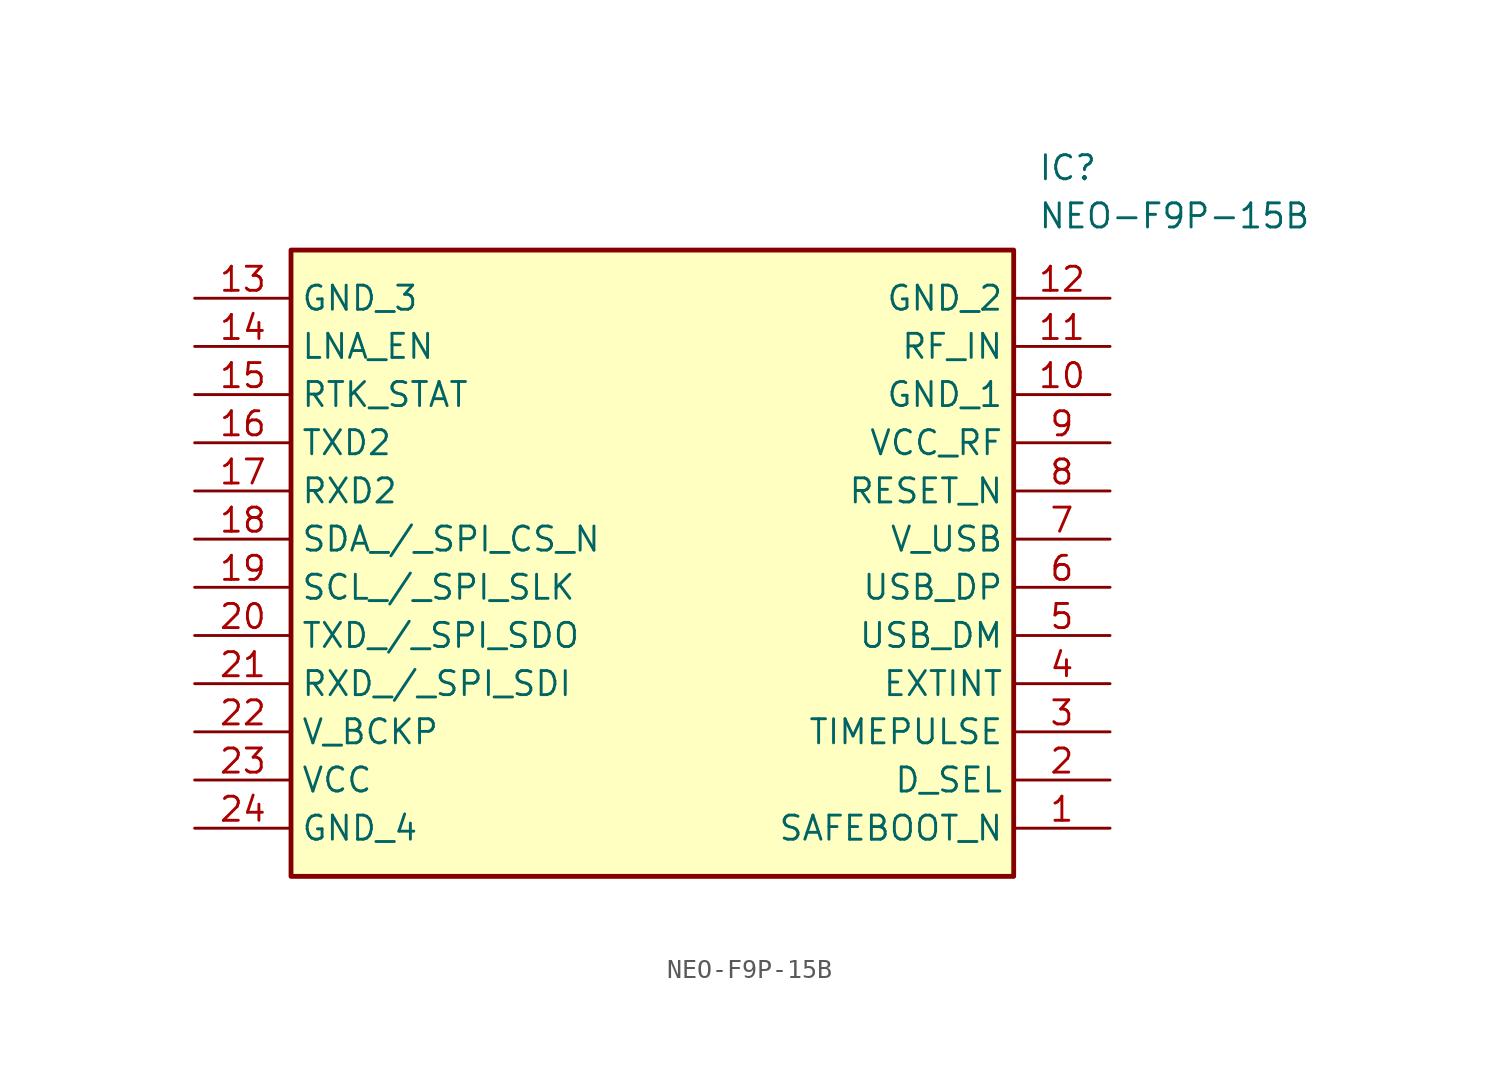
<source format=kicad_sym>
(kicad_symbol_lib
  (version 20241209)
  (generator "kicad_symbol_editor")
  (generator_version "9.0")
  (symbol "NEO-F9P-15B"
    (property "Reference" "IC"
      (at 44.45 7.62 0)
      (effects (font (size 1.27 1.27)) (justify left top)))
    (property "Value" "NEO-F9P-15B"
      (at 44.45 5.08 0)
      (effects (font (size 1.27 1.27)) (justify left top)))
    (symbol "NEO-F9P-15B_1_1"
      (rectangle (start 5.08 2.54) (end 43.18 -30.48) (stroke (width 0.254) (type default)) (fill (type background)))
      (pin passive line (at 0 0 0) (length 5.08) (name "GND_3" (effects (font (size 1.27 1.27)))) (number "13" (effects (font (size 1.27 1.27)))))
      (pin passive line (at 0 -2.54 0) (length 5.08) (name "LNA_EN" (effects (font (size 1.27 1.27)))) (number "14" (effects (font (size 1.27 1.27)))))
      (pin passive line (at 0 -5.08 0) (length 5.08) (name "RTK_STAT" (effects (font (size 1.27 1.27)))) (number "15" (effects (font (size 1.27 1.27)))))
      (pin passive line (at 0 -7.62 0) (length 5.08) (name "TXD2" (effects (font (size 1.27 1.27)))) (number "16" (effects (font (size 1.27 1.27)))))
      (pin passive line (at 0 -10.16 0) (length 5.08) (name "RXD2" (effects (font (size 1.27 1.27)))) (number "17" (effects (font (size 1.27 1.27)))))
      (pin passive line (at 0 -12.7 0) (length 5.08) (name "SDA_/_SPI_CS_N" (effects (font (size 1.27 1.27)))) (number "18" (effects (font (size 1.27 1.27)))))
      (pin passive line (at 0 -15.24 0) (length 5.08) (name "SCL_/_SPI_SLK" (effects (font (size 1.27 1.27)))) (number "19" (effects (font (size 1.27 1.27)))))
      (pin passive line (at 0 -17.78 0) (length 5.08) (name "TXD_/_SPI_SDO" (effects (font (size 1.27 1.27)))) (number "20" (effects (font (size 1.27 1.27)))))
      (pin passive line (at 0 -20.32 0) (length 5.08) (name "RXD_/_SPI_SDI" (effects (font (size 1.27 1.27)))) (number "21" (effects (font (size 1.27 1.27)))))
      (pin passive line (at 0 -22.86 0) (length 5.08) (name "V_BCKP" (effects (font (size 1.27 1.27)))) (number "22" (effects (font (size 1.27 1.27)))))
      (pin passive line (at 0 -25.4 0) (length 5.08) (name "VCC" (effects (font (size 1.27 1.27)))) (number "23" (effects (font (size 1.27 1.27)))))
      (pin passive line (at 0 -27.94 0) (length 5.08) (name "GND_4" (effects (font (size 1.27 1.27)))) (number "24" (effects (font (size 1.27 1.27)))))
      (pin passive line (at 48.26 0 180) (length 5.08) (name "GND_2" (effects (font (size 1.27 1.27)))) (number "12" (effects (font (size 1.27 1.27)))))
      (pin passive line (at 48.26 -2.54 180) (length 5.08) (name "RF_IN" (effects (font (size 1.27 1.27)))) (number "11" (effects (font (size 1.27 1.27)))))
      (pin passive line (at 48.26 -5.08 180) (length 5.08) (name "GND_1" (effects (font (size 1.27 1.27)))) (number "10" (effects (font (size 1.27 1.27)))))
      (pin passive line (at 48.26 -7.62 180) (length 5.08) (name "VCC_RF" (effects (font (size 1.27 1.27)))) (number "9" (effects (font (size 1.27 1.27)))))
      (pin passive line (at 48.26 -10.16 180) (length 5.08) (name "RESET_N" (effects (font (size 1.27 1.27)))) (number "8" (effects (font (size 1.27 1.27)))))
      (pin passive line (at 48.26 -12.7 180) (length 5.08) (name "V_USB" (effects (font (size 1.27 1.27)))) (number "7" (effects (font (size 1.27 1.27)))))
      (pin passive line (at 48.26 -15.24 180) (length 5.08) (name "USB_DP" (effects (font (size 1.27 1.27)))) (number "6" (effects (font (size 1.27 1.27)))))
      (pin passive line (at 48.26 -17.78 180) (length 5.08) (name "USB_DM" (effects (font (size 1.27 1.27)))) (number "5" (effects (font (size 1.27 1.27)))))
      (pin passive line (at 48.26 -20.32 180) (length 5.08) (name "EXTINT" (effects (font (size 1.27 1.27)))) (number "4" (effects (font (size 1.27 1.27)))))
      (pin passive line (at 48.26 -22.86 180) (length 5.08) (name "TIMEPULSE" (effects (font (size 1.27 1.27)))) (number "3" (effects (font (size 1.27 1.27)))))
      (pin passive line (at 48.26 -25.4 180) (length 5.08) (name "D_SEL" (effects (font (size 1.27 1.27)))) (number "2" (effects (font (size 1.27 1.27)))))
      (pin passive line (at 48.26 -27.94 180) (length 5.08) (name "SAFEBOOT_N" (effects (font (size 1.27 1.27)))) (number "1" (effects (font (size 1.27 1.27))))))))
</source>
